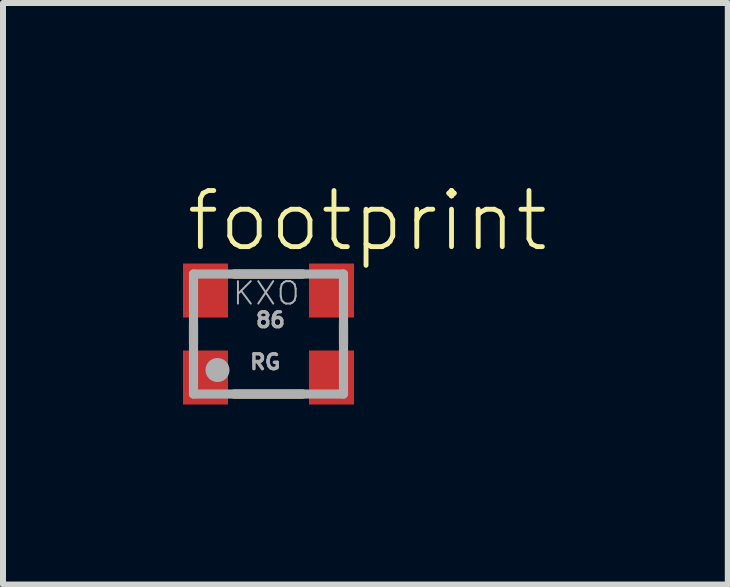
<source format=kicad_pcb>
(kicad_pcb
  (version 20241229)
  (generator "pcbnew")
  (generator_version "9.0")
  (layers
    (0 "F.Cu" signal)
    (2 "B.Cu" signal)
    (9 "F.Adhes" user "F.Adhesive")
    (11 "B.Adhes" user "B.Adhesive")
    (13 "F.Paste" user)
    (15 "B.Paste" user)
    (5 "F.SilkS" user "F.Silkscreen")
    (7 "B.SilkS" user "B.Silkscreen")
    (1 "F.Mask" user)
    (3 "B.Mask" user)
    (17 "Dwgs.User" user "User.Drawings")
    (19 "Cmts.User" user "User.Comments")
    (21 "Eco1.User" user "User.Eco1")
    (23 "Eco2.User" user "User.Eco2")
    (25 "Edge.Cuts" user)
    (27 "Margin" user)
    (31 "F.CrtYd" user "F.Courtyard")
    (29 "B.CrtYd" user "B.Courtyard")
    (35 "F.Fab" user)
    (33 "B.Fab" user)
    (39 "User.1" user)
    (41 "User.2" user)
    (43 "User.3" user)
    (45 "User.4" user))
  (footprint "footprint"
    (layer "F.Cu")
    (at 1.425 2.517)
    (property "Reference" "footprint" (at -1.411 -1.338 0) (layer "F.SilkS") (effects (font (size 0.935 0.935) (thickness 0.081)) (justify left bottom)))
    (fp_line (start -1.25 0.17) (end -1.25 -0.17) (stroke (width 0.152) (type solid)) (layer "F.SilkS"))
    (fp_line (start -0.57 -1) (end 0.57 -1) (stroke (width 0.152) (type solid)) (layer "F.SilkS"))
    (fp_line (start -0.57 1) (end 0.57 1) (stroke (width 0.152) (type solid)) (layer "F.SilkS"))
    (fp_line (start 1.25 0.17) (end 1.25 -0.17) (stroke (width 0.152) (type solid)) (layer "F.SilkS"))
    (fp_line (start -1.25 -1) (end -1.25 1) (stroke (width 0.152) (type solid)) (layer "F.Fab"))
    (fp_line (start -1.25 1) (end 1.25 1) (stroke (width 0.152) (type solid)) (layer "F.Fab"))
    (fp_line (start 1.25 -1) (end -1.25 -1) (stroke (width 0.152) (type solid)) (layer "F.Fab"))
    (fp_line (start 1.25 1) (end 1.25 -1) (stroke (width 0.152) (type solid)) (layer "F.Fab"))
    (fp_circle (center -0.85 0.6) (end -0.75 0.6) (stroke (width 0.2) (type solid)) (fill no) (layer "F.Fab"))
    (fp_text user "KXO" (at -0.62 -0.46 0) (layer "F.Fab") (effects (font (size 0.374 0.374) (thickness 0.033)) (justify left bottom)))
    (fp_text user "RG" (at -0.34 0.61 0) (layer "F.Fab") (effects (font (size 0.247 0.247) (thickness 0.058)) (justify left bottom)))
    (fp_text user "86" (at -0.24 -0.09 0) (layer "F.Fab") (effects (font (size 0.247 0.247) (thickness 0.058)) (justify left bottom)))
    (pad "1" smd rect (at -1.05 0.725) (size 0.75 0.9) (layers "F.Cu" "F.Mask" "F.Paste"))
    (pad "2" smd rect (at 1.05 0.725) (size 0.75 0.9) (layers "F.Cu" "F.Mask" "F.Paste"))
    (pad "3" smd rect (at 1.05 -0.725) (size 0.75 0.9) (layers "F.Cu" "F.Mask" "F.Paste"))
    (pad "4" smd rect (at -1.05 -0.725) (size 0.75 0.9) (layers "F.Cu" "F.Mask" "F.Paste")))
  (gr_rect
    (start -3 -3)
    (end 9.08 6.692)
    (stroke (width 0.1) (type default))
    (fill no)
    (layer "Edge.Cuts")))
</source>
